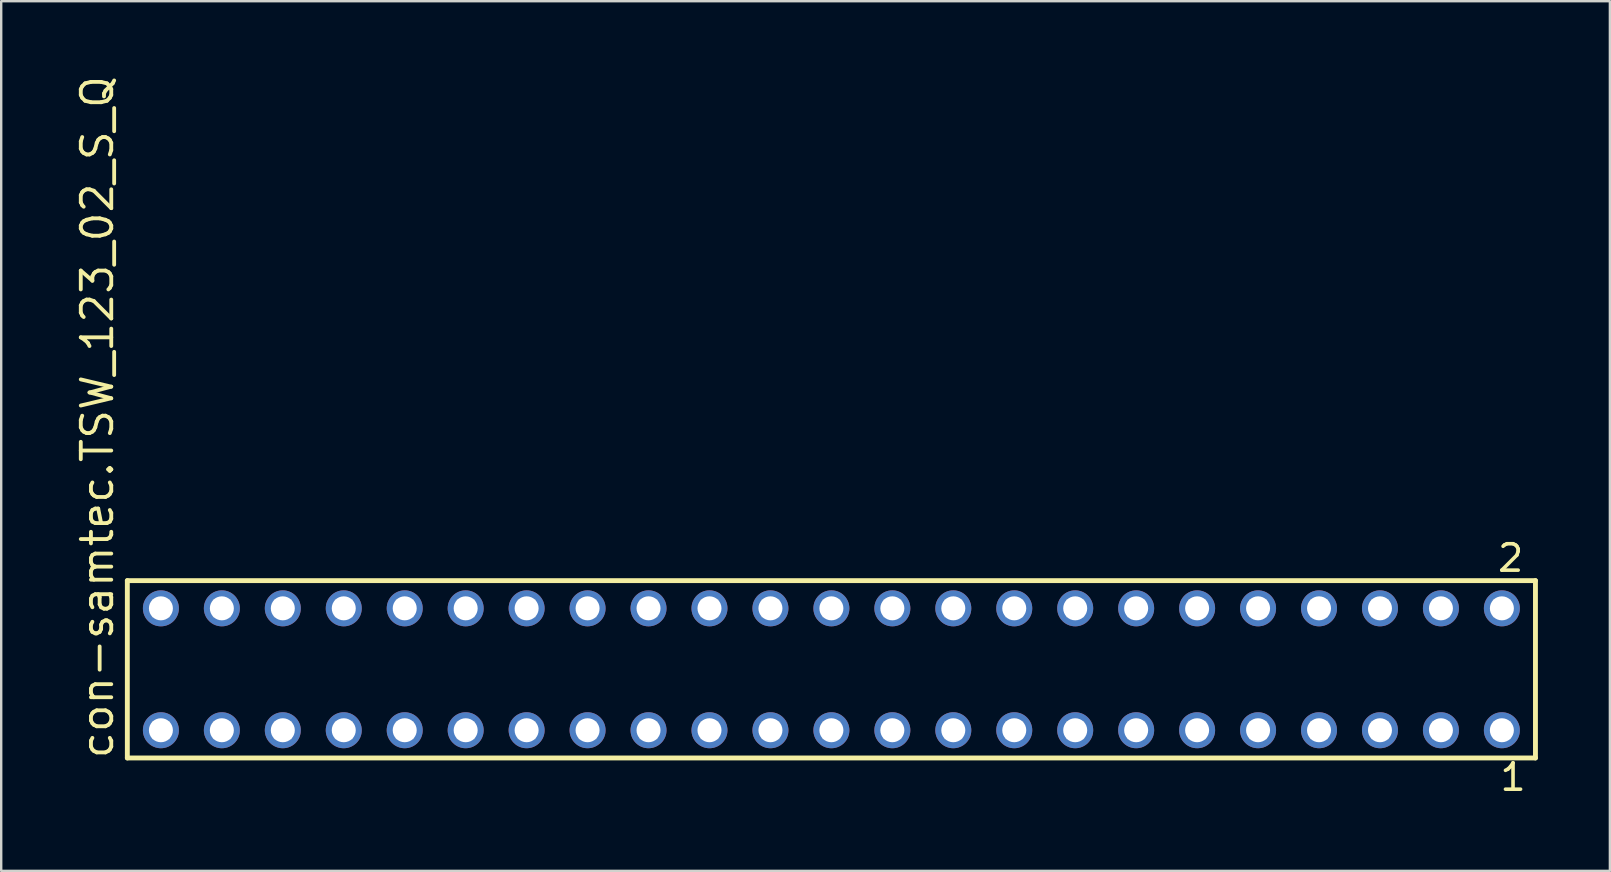
<source format=kicad_pcb>
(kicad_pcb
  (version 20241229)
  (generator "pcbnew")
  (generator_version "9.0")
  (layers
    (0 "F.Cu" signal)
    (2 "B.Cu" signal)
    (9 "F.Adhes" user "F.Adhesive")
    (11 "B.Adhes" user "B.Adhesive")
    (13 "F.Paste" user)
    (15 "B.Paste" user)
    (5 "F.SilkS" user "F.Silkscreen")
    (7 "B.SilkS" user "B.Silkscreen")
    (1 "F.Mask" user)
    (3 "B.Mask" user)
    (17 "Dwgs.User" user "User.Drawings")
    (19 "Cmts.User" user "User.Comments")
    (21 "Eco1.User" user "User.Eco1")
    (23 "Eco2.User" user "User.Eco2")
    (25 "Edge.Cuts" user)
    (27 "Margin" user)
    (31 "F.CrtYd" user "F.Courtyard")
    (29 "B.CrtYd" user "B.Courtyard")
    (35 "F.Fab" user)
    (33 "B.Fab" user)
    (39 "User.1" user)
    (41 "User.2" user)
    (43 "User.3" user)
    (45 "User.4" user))
  (footprint "con-samtec.TSW_123_02_S_Q"
    (layer "F.Cu")
    (at 31.595 24.84)
    (property "Reference" "con-samtec.TSW_123_02_S_Q" (at -29.845 3.81 90) (layer "F.SilkS") (effects (font (size 1.27 1.27) (thickness 0.16)) (justify left bottom)))
    (attr through_hole)
    (fp_line (start -29.339 -3.695) (end 29.339 -3.695) (stroke (width 0.203) (type default)) (layer "F.SilkS"))
    (fp_line (start -29.339 3.695) (end -29.339 -3.695) (stroke (width 0.203) (type default)) (layer "F.SilkS"))
    (fp_line (start 29.339 -3.695) (end 29.339 3.695) (stroke (width 0.203) (type default)) (layer "F.SilkS"))
    (fp_line (start 29.339 3.695) (end -29.339 3.695) (stroke (width 0.203) (type default)) (layer "F.SilkS"))
    (fp_rect (start -28.29 -2.19) (end -27.59 -2.89) (stroke (width 0.05) (type default)) (fill no) (layer "F.Fab"))
    (fp_rect (start -28.29 2.89) (end -27.59 2.19) (stroke (width 0.05) (type default)) (fill no) (layer "F.Fab"))
    (fp_rect (start -25.75 -2.19) (end -25.05 -2.89) (stroke (width 0.05) (type default)) (fill no) (layer "F.Fab"))
    (fp_rect (start -25.75 2.89) (end -25.05 2.19) (stroke (width 0.05) (type default)) (fill no) (layer "F.Fab"))
    (fp_rect (start -23.21 -2.19) (end -22.51 -2.89) (stroke (width 0.05) (type default)) (fill no) (layer "F.Fab"))
    (fp_rect (start -23.21 2.89) (end -22.51 2.19) (stroke (width 0.05) (type default)) (fill no) (layer "F.Fab"))
    (fp_rect (start -20.67 -2.19) (end -19.97 -2.89) (stroke (width 0.05) (type default)) (fill no) (layer "F.Fab"))
    (fp_rect (start -20.67 2.89) (end -19.97 2.19) (stroke (width 0.05) (type default)) (fill no) (layer "F.Fab"))
    (fp_rect (start -18.13 -2.19) (end -17.43 -2.89) (stroke (width 0.05) (type default)) (fill no) (layer "F.Fab"))
    (fp_rect (start -18.13 2.89) (end -17.43 2.19) (stroke (width 0.05) (type default)) (fill no) (layer "F.Fab"))
    (fp_rect (start -15.59 -2.19) (end -14.89 -2.89) (stroke (width 0.05) (type default)) (fill no) (layer "F.Fab"))
    (fp_rect (start -15.59 2.89) (end -14.89 2.19) (stroke (width 0.05) (type default)) (fill no) (layer "F.Fab"))
    (fp_rect (start -13.05 -2.19) (end -12.35 -2.89) (stroke (width 0.05) (type default)) (fill no) (layer "F.Fab"))
    (fp_rect (start -13.05 2.89) (end -12.35 2.19) (stroke (width 0.05) (type default)) (fill no) (layer "F.Fab"))
    (fp_rect (start -10.51 -2.19) (end -9.81 -2.89) (stroke (width 0.05) (type default)) (fill no) (layer "F.Fab"))
    (fp_rect (start -10.51 2.89) (end -9.81 2.19) (stroke (width 0.05) (type default)) (fill no) (layer "F.Fab"))
    (fp_rect (start -7.97 -2.19) (end -7.27 -2.89) (stroke (width 0.05) (type default)) (fill no) (layer "F.Fab"))
    (fp_rect (start -7.97 2.89) (end -7.27 2.19) (stroke (width 0.05) (type default)) (fill no) (layer "F.Fab"))
    (fp_rect (start -5.43 -2.19) (end -4.73 -2.89) (stroke (width 0.05) (type default)) (fill no) (layer "F.Fab"))
    (fp_rect (start -5.43 2.89) (end -4.73 2.19) (stroke (width 0.05) (type default)) (fill no) (layer "F.Fab"))
    (fp_rect (start -2.89 -2.19) (end -2.19 -2.89) (stroke (width 0.05) (type default)) (fill no) (layer "F.Fab"))
    (fp_rect (start -2.89 2.89) (end -2.19 2.19) (stroke (width 0.05) (type default)) (fill no) (layer "F.Fab"))
    (fp_rect (start -0.35 -2.19) (end 0.35 -2.89) (stroke (width 0.05) (type default)) (fill no) (layer "F.Fab"))
    (fp_rect (start -0.35 2.89) (end 0.35 2.19) (stroke (width 0.05) (type default)) (fill no) (layer "F.Fab"))
    (fp_rect (start 2.19 -2.19) (end 2.89 -2.89) (stroke (width 0.05) (type default)) (fill no) (layer "F.Fab"))
    (fp_rect (start 2.19 2.89) (end 2.89 2.19) (stroke (width 0.05) (type default)) (fill no) (layer "F.Fab"))
    (fp_rect (start 4.73 -2.19) (end 5.43 -2.89) (stroke (width 0.05) (type default)) (fill no) (layer "F.Fab"))
    (fp_rect (start 4.73 2.89) (end 5.43 2.19) (stroke (width 0.05) (type default)) (fill no) (layer "F.Fab"))
    (fp_rect (start 7.27 -2.19) (end 7.97 -2.89) (stroke (width 0.05) (type default)) (fill no) (layer "F.Fab"))
    (fp_rect (start 7.27 2.89) (end 7.97 2.19) (stroke (width 0.05) (type default)) (fill no) (layer "F.Fab"))
    (fp_rect (start 9.81 -2.19) (end 10.51 -2.89) (stroke (width 0.05) (type default)) (fill no) (layer "F.Fab"))
    (fp_rect (start 9.81 2.89) (end 10.51 2.19) (stroke (width 0.05) (type default)) (fill no) (layer "F.Fab"))
    (fp_rect (start 12.35 -2.19) (end 13.05 -2.89) (stroke (width 0.05) (type default)) (fill no) (layer "F.Fab"))
    (fp_rect (start 12.35 2.89) (end 13.05 2.19) (stroke (width 0.05) (type default)) (fill no) (layer "F.Fab"))
    (fp_rect (start 14.89 -2.19) (end 15.59 -2.89) (stroke (width 0.05) (type default)) (fill no) (layer "F.Fab"))
    (fp_rect (start 14.89 2.89) (end 15.59 2.19) (stroke (width 0.05) (type default)) (fill no) (layer "F.Fab"))
    (fp_rect (start 17.43 -2.19) (end 18.13 -2.89) (stroke (width 0.05) (type default)) (fill no) (layer "F.Fab"))
    (fp_rect (start 17.43 2.89) (end 18.13 2.19) (stroke (width 0.05) (type default)) (fill no) (layer "F.Fab"))
    (fp_rect (start 19.97 -2.19) (end 20.67 -2.89) (stroke (width 0.05) (type default)) (fill no) (layer "F.Fab"))
    (fp_rect (start 19.97 2.89) (end 20.67 2.19) (stroke (width 0.05) (type default)) (fill no) (layer "F.Fab"))
    (fp_rect (start 22.51 -2.19) (end 23.21 -2.89) (stroke (width 0.05) (type default)) (fill no) (layer "F.Fab"))
    (fp_rect (start 22.51 2.89) (end 23.21 2.19) (stroke (width 0.05) (type default)) (fill no) (layer "F.Fab"))
    (fp_rect (start 25.05 -2.19) (end 25.75 -2.89) (stroke (width 0.05) (type default)) (fill no) (layer "F.Fab"))
    (fp_rect (start 25.05 2.89) (end 25.75 2.19) (stroke (width 0.05) (type default)) (fill no) (layer "F.Fab"))
    (fp_rect (start 27.59 -2.19) (end 28.29 -2.89) (stroke (width 0.05) (type default)) (fill no) (layer "F.Fab"))
    (fp_rect (start 27.59 2.89) (end 28.29 2.19) (stroke (width 0.05) (type default)) (fill no) (layer "F.Fab"))
    (fp_text user "1" (at 27.782 5.138 0) (layer "F.SilkS") (effects (font (size 1.1 1.1) (thickness 0.15)) (justify left bottom)))
    (fp_text user "2" (at 27.682 -3.989 0) (layer "F.SilkS") (effects (font (size 1.1 1.1) (thickness 0.15)) (justify left bottom)))
    (pad "1" thru_hole circle (at 27.94 2.54 180) (size 1.5 1.5) (drill 1) (layers "*.Cu" "*.Mask"))
    (pad "2" thru_hole circle (at 27.94 -2.54 180) (size 1.5 1.5) (drill 1) (layers "*.Cu" "*.Mask"))
    (pad "3" thru_hole circle (at 25.4 2.54 180) (size 1.5 1.5) (drill 1) (layers "*.Cu" "*.Mask"))
    (pad "4" thru_hole circle (at 25.4 -2.54 180) (size 1.5 1.5) (drill 1) (layers "*.Cu" "*.Mask"))
    (pad "5" thru_hole circle (at 22.86 2.54 180) (size 1.5 1.5) (drill 1) (layers "*.Cu" "*.Mask"))
    (pad "6" thru_hole circle (at 22.86 -2.54 180) (size 1.5 1.5) (drill 1) (layers "*.Cu" "*.Mask"))
    (pad "7" thru_hole circle (at 20.32 2.54 180) (size 1.5 1.5) (drill 1) (layers "*.Cu" "*.Mask"))
    (pad "8" thru_hole circle (at 20.32 -2.54 180) (size 1.5 1.5) (drill 1) (layers "*.Cu" "*.Mask"))
    (pad "9" thru_hole circle (at 17.78 2.54 180) (size 1.5 1.5) (drill 1) (layers "*.Cu" "*.Mask"))
    (pad "10" thru_hole circle (at 17.78 -2.54 180) (size 1.5 1.5) (drill 1) (layers "*.Cu" "*.Mask"))
    (pad "11" thru_hole circle (at 15.24 2.54 180) (size 1.5 1.5) (drill 1) (layers "*.Cu" "*.Mask"))
    (pad "12" thru_hole circle (at 15.24 -2.54 180) (size 1.5 1.5) (drill 1) (layers "*.Cu" "*.Mask"))
    (pad "13" thru_hole circle (at 12.7 2.54 180) (size 1.5 1.5) (drill 1) (layers "*.Cu" "*.Mask"))
    (pad "14" thru_hole circle (at 12.7 -2.54 180) (size 1.5 1.5) (drill 1) (layers "*.Cu" "*.Mask"))
    (pad "15" thru_hole circle (at 10.16 2.54 180) (size 1.5 1.5) (drill 1) (layers "*.Cu" "*.Mask"))
    (pad "16" thru_hole circle (at 10.16 -2.54 180) (size 1.5 1.5) (drill 1) (layers "*.Cu" "*.Mask"))
    (pad "17" thru_hole circle (at 7.62 2.54 180) (size 1.5 1.5) (drill 1) (layers "*.Cu" "*.Mask"))
    (pad "18" thru_hole circle (at 7.62 -2.54 180) (size 1.5 1.5) (drill 1) (layers "*.Cu" "*.Mask"))
    (pad "19" thru_hole circle (at 5.08 2.54 180) (size 1.5 1.5) (drill 1) (layers "*.Cu" "*.Mask"))
    (pad "20" thru_hole circle (at 5.08 -2.54 180) (size 1.5 1.5) (drill 1) (layers "*.Cu" "*.Mask"))
    (pad "21" thru_hole circle (at 2.54 2.54 180) (size 1.5 1.5) (drill 1) (layers "*.Cu" "*.Mask"))
    (pad "22" thru_hole circle (at 2.54 -2.54 180) (size 1.5 1.5) (drill 1) (layers "*.Cu" "*.Mask"))
    (pad "23" thru_hole circle (at 0 2.54 180) (size 1.5 1.5) (drill 1) (layers "*.Cu" "*.Mask"))
    (pad "24" thru_hole circle (at 0 -2.54 180) (size 1.5 1.5) (drill 1) (layers "*.Cu" "*.Mask"))
    (pad "25" thru_hole circle (at -2.54 2.54 180) (size 1.5 1.5) (drill 1) (layers "*.Cu" "*.Mask"))
    (pad "26" thru_hole circle (at -2.54 -2.54 180) (size 1.5 1.5) (drill 1) (layers "*.Cu" "*.Mask"))
    (pad "27" thru_hole circle (at -5.08 2.54 180) (size 1.5 1.5) (drill 1) (layers "*.Cu" "*.Mask"))
    (pad "28" thru_hole circle (at -5.08 -2.54 180) (size 1.5 1.5) (drill 1) (layers "*.Cu" "*.Mask"))
    (pad "29" thru_hole circle (at -7.62 2.54 180) (size 1.5 1.5) (drill 1) (layers "*.Cu" "*.Mask"))
    (pad "30" thru_hole circle (at -7.62 -2.54 180) (size 1.5 1.5) (drill 1) (layers "*.Cu" "*.Mask"))
    (pad "31" thru_hole circle (at -10.16 2.54 180) (size 1.5 1.5) (drill 1) (layers "*.Cu" "*.Mask"))
    (pad "32" thru_hole circle (at -10.16 -2.54 180) (size 1.5 1.5) (drill 1) (layers "*.Cu" "*.Mask"))
    (pad "33" thru_hole circle (at -12.7 2.54 180) (size 1.5 1.5) (drill 1) (layers "*.Cu" "*.Mask"))
    (pad "34" thru_hole circle (at -12.7 -2.54 180) (size 1.5 1.5) (drill 1) (layers "*.Cu" "*.Mask"))
    (pad "35" thru_hole circle (at -15.24 2.54 180) (size 1.5 1.5) (drill 1) (layers "*.Cu" "*.Mask"))
    (pad "36" thru_hole circle (at -15.24 -2.54 180) (size 1.5 1.5) (drill 1) (layers "*.Cu" "*.Mask"))
    (pad "37" thru_hole circle (at -17.78 2.54 180) (size 1.5 1.5) (drill 1) (layers "*.Cu" "*.Mask"))
    (pad "38" thru_hole circle (at -17.78 -2.54 180) (size 1.5 1.5) (drill 1) (layers "*.Cu" "*.Mask"))
    (pad "39" thru_hole circle (at -20.32 2.54 180) (size 1.5 1.5) (drill 1) (layers "*.Cu" "*.Mask"))
    (pad "40" thru_hole circle (at -20.32 -2.54 180) (size 1.5 1.5) (drill 1) (layers "*.Cu" "*.Mask"))
    (pad "41" thru_hole circle (at -22.86 2.54 180) (size 1.5 1.5) (drill 1) (layers "*.Cu" "*.Mask"))
    (pad "42" thru_hole circle (at -22.86 -2.54 180) (size 1.5 1.5) (drill 1) (layers "*.Cu" "*.Mask"))
    (pad "43" thru_hole circle (at -25.4 2.54 180) (size 1.5 1.5) (drill 1) (layers "*.Cu" "*.Mask"))
    (pad "44" thru_hole circle (at -25.4 -2.54 180) (size 1.5 1.5) (drill 1) (layers "*.Cu" "*.Mask"))
    (pad "45" thru_hole circle (at -27.94 2.54 180) (size 1.5 1.5) (drill 1) (layers "*.Cu" "*.Mask"))
    (pad "46" thru_hole circle (at -27.94 -2.54 180) (size 1.5 1.5) (drill 1) (layers "*.Cu" "*.Mask")))
  (gr_rect
    (start -3 -3)
    (end 64.036 33.241)
    (stroke (width 0.1) (type default))
    (fill no)
    (layer "Edge.Cuts")))
</source>
